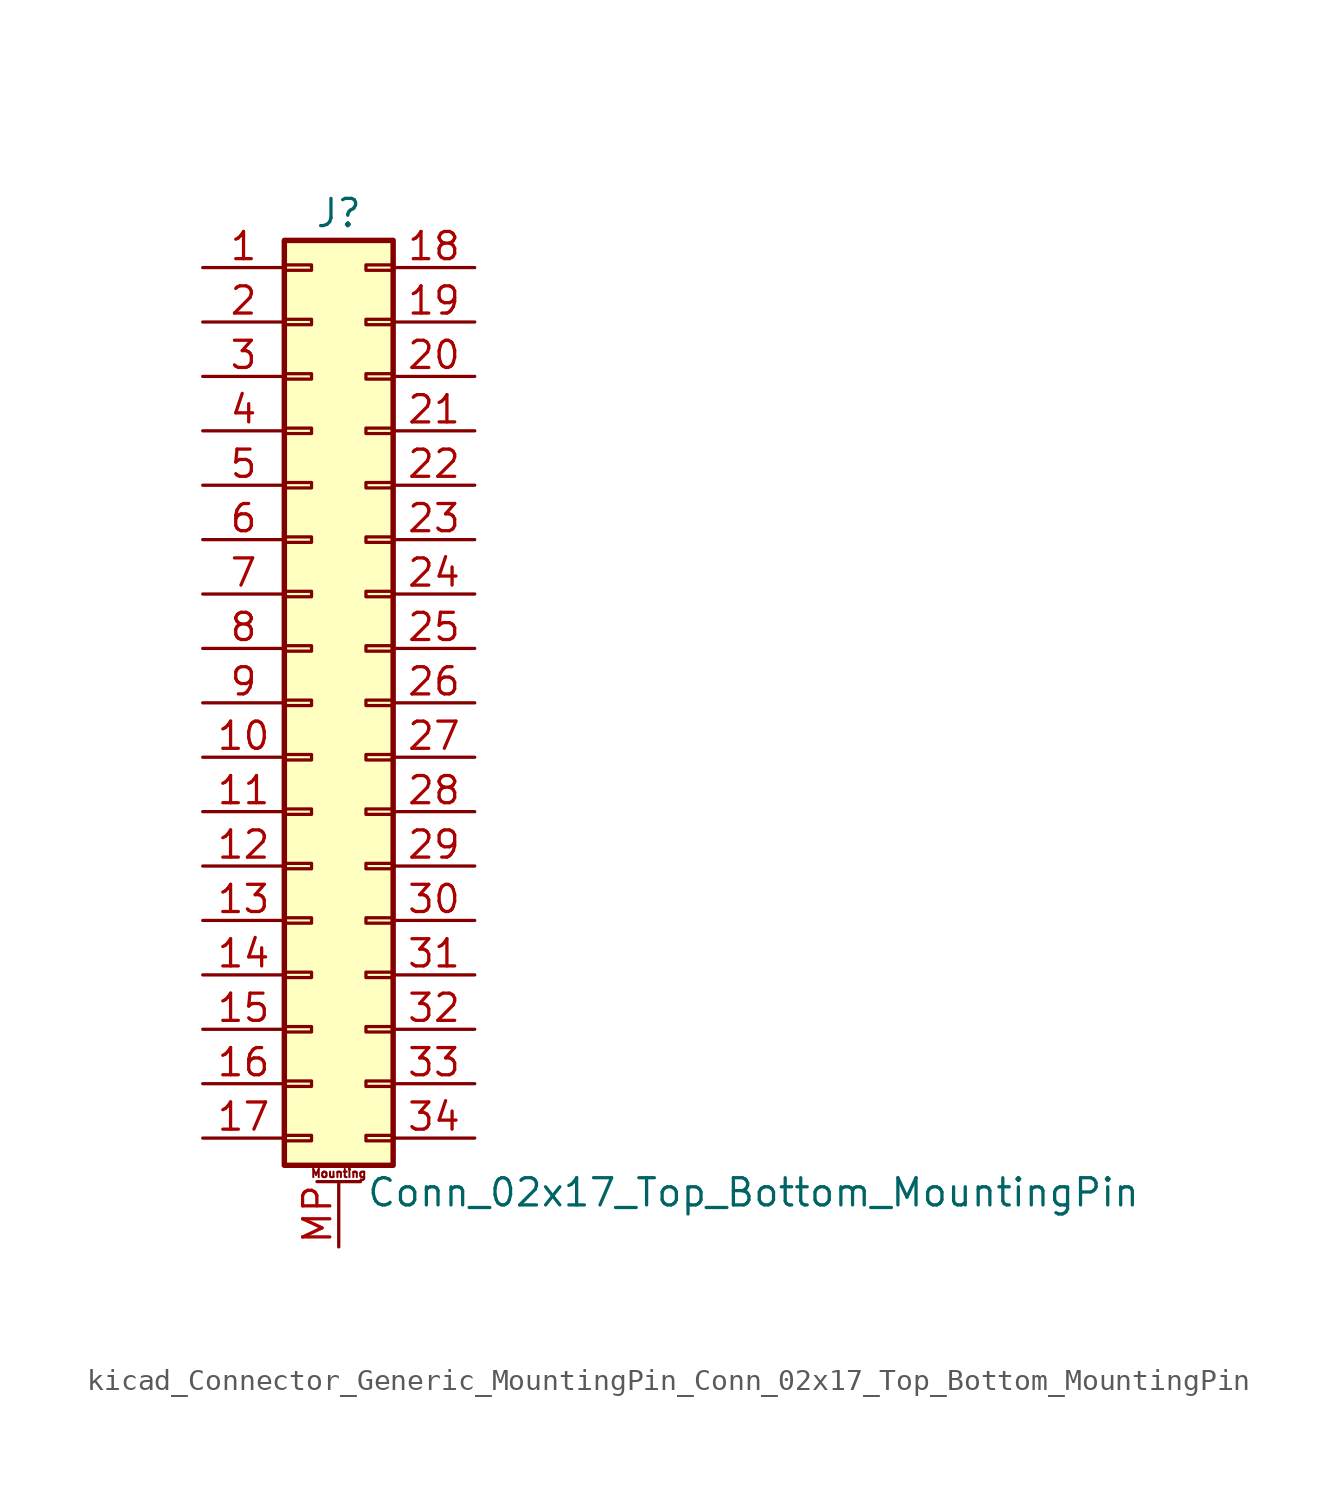
<source format=kicad_sym>
(kicad_symbol_lib
  (version 20220914)
  (generator kicad_symbol_editor)
  (symbol "kicad_Connector_Generic_MountingPin_Conn_02x17_Top_Bottom_MountingPin"
    (pin_names
      (offset 1.016) hide)
    (property "Reference" "J"
      (at 1.27 22.86 0)
      (effects (font (size 1.27 1.27))))
    (property "Value" "Conn_02x17_Top_Bottom_MountingPin"
      (at 2.54 -22.86 0)
      (effects (font (size 1.27 1.27)) (justify left)))
    (symbol "kicad_Connector_Generic_MountingPin_Conn_02x17_Top_Bottom_MountingPin_1_1"
      (rectangle (start -1.27 -20.193) (end 0 -20.447) (stroke (width 0.152) (type default)) (fill (type none)))
      (rectangle (start -1.27 -17.653) (end 0 -17.907) (stroke (width 0.152) (type default)) (fill (type none)))
      (rectangle (start -1.27 -15.113) (end 0 -15.367) (stroke (width 0.152) (type default)) (fill (type none)))
      (rectangle (start -1.27 -12.573) (end 0 -12.827) (stroke (width 0.152) (type default)) (fill (type none)))
      (rectangle (start -1.27 -10.033) (end 0 -10.287) (stroke (width 0.152) (type default)) (fill (type none)))
      (rectangle (start -1.27 -7.493) (end 0 -7.747) (stroke (width 0.152) (type default)) (fill (type none)))
      (rectangle (start -1.27 -4.953) (end 0 -5.207) (stroke (width 0.152) (type default)) (fill (type none)))
      (rectangle (start -1.27 -2.413) (end 0 -2.667) (stroke (width 0.152) (type default)) (fill (type none)))
      (rectangle (start -1.27 0.127) (end 0 -0.127) (stroke (width 0.152) (type default)) (fill (type none)))
      (rectangle (start -1.27 2.667) (end 0 2.413) (stroke (width 0.152) (type default)) (fill (type none)))
      (rectangle (start -1.27 5.207) (end 0 4.953) (stroke (width 0.152) (type default)) (fill (type none)))
      (rectangle (start -1.27 7.747) (end 0 7.493) (stroke (width 0.152) (type default)) (fill (type none)))
      (rectangle (start -1.27 10.287) (end 0 10.033) (stroke (width 0.152) (type default)) (fill (type none)))
      (rectangle (start -1.27 12.827) (end 0 12.573) (stroke (width 0.152) (type default)) (fill (type none)))
      (rectangle (start -1.27 15.367) (end 0 15.113) (stroke (width 0.152) (type default)) (fill (type none)))
      (rectangle (start -1.27 17.907) (end 0 17.653) (stroke (width 0.152) (type default)) (fill (type none)))
      (rectangle (start -1.27 20.447) (end 0 20.193) (stroke (width 0.152) (type default)) (fill (type none)))
      (rectangle (start -1.27 21.59) (end 3.81 -21.59) (stroke (width 0.254) (type default)) (fill (type background)))
      (polyline (pts (xy 0.254 -22.352) (xy 2.286 -22.352)) (stroke (width 0.152) (type default)) (fill (type none)))
      (rectangle (start 3.81 -20.193) (end 2.54 -20.447) (stroke (width 0.152) (type default)) (fill (type none)))
      (rectangle (start 3.81 -17.653) (end 2.54 -17.907) (stroke (width 0.152) (type default)) (fill (type none)))
      (rectangle (start 3.81 -15.113) (end 2.54 -15.367) (stroke (width 0.152) (type default)) (fill (type none)))
      (rectangle (start 3.81 -12.573) (end 2.54 -12.827) (stroke (width 0.152) (type default)) (fill (type none)))
      (rectangle (start 3.81 -10.033) (end 2.54 -10.287) (stroke (width 0.152) (type default)) (fill (type none)))
      (rectangle (start 3.81 -7.493) (end 2.54 -7.747) (stroke (width 0.152) (type default)) (fill (type none)))
      (rectangle (start 3.81 -4.953) (end 2.54 -5.207) (stroke (width 0.152) (type default)) (fill (type none)))
      (rectangle (start 3.81 -2.413) (end 2.54 -2.667) (stroke (width 0.152) (type default)) (fill (type none)))
      (rectangle (start 3.81 0.127) (end 2.54 -0.127) (stroke (width 0.152) (type default)) (fill (type none)))
      (rectangle (start 3.81 2.667) (end 2.54 2.413) (stroke (width 0.152) (type default)) (fill (type none)))
      (rectangle (start 3.81 5.207) (end 2.54 4.953) (stroke (width 0.152) (type default)) (fill (type none)))
      (rectangle (start 3.81 7.747) (end 2.54 7.493) (stroke (width 0.152) (type default)) (fill (type none)))
      (rectangle (start 3.81 10.287) (end 2.54 10.033) (stroke (width 0.152) (type default)) (fill (type none)))
      (rectangle (start 3.81 12.827) (end 2.54 12.573) (stroke (width 0.152) (type default)) (fill (type none)))
      (rectangle (start 3.81 15.367) (end 2.54 15.113) (stroke (width 0.152) (type default)) (fill (type none)))
      (rectangle (start 3.81 17.907) (end 2.54 17.653) (stroke (width 0.152) (type default)) (fill (type none)))
      (rectangle (start 3.81 20.447) (end 2.54 20.193) (stroke (width 0.152) (type default)) (fill (type none)))
      (text "Mounting" (at 1.27 -21.971 0) (effects (font (size 0.381 0.381))))
      (pin passive line (at -5.08 20.32 0) (length 3.81) (name "Pin_1" (effects (font (size 1.27 1.27)))) (number "1" (effects (font (size 1.27 1.27)))))
      (pin passive line (at -5.08 -2.54 0) (length 3.81) (name "Pin_10" (effects (font (size 1.27 1.27)))) (number "10" (effects (font (size 1.27 1.27)))))
      (pin passive line (at -5.08 -5.08 0) (length 3.81) (name "Pin_11" (effects (font (size 1.27 1.27)))) (number "11" (effects (font (size 1.27 1.27)))))
      (pin passive line (at -5.08 -7.62 0) (length 3.81) (name "Pin_12" (effects (font (size 1.27 1.27)))) (number "12" (effects (font (size 1.27 1.27)))))
      (pin passive line (at -5.08 -10.16 0) (length 3.81) (name "Pin_13" (effects (font (size 1.27 1.27)))) (number "13" (effects (font (size 1.27 1.27)))))
      (pin passive line (at -5.08 -12.7 0) (length 3.81) (name "Pin_14" (effects (font (size 1.27 1.27)))) (number "14" (effects (font (size 1.27 1.27)))))
      (pin passive line (at -5.08 -15.24 0) (length 3.81) (name "Pin_15" (effects (font (size 1.27 1.27)))) (number "15" (effects (font (size 1.27 1.27)))))
      (pin passive line (at -5.08 -17.78 0) (length 3.81) (name "Pin_16" (effects (font (size 1.27 1.27)))) (number "16" (effects (font (size 1.27 1.27)))))
      (pin passive line (at -5.08 -20.32 0) (length 3.81) (name "Pin_17" (effects (font (size 1.27 1.27)))) (number "17" (effects (font (size 1.27 1.27)))))
      (pin passive line (at 7.62 20.32 180) (length 3.81) (name "Pin_18" (effects (font (size 1.27 1.27)))) (number "18" (effects (font (size 1.27 1.27)))))
      (pin passive line (at 7.62 17.78 180) (length 3.81) (name "Pin_19" (effects (font (size 1.27 1.27)))) (number "19" (effects (font (size 1.27 1.27)))))
      (pin passive line (at -5.08 17.78 0) (length 3.81) (name "Pin_2" (effects (font (size 1.27 1.27)))) (number "2" (effects (font (size 1.27 1.27)))))
      (pin passive line (at 7.62 15.24 180) (length 3.81) (name "Pin_20" (effects (font (size 1.27 1.27)))) (number "20" (effects (font (size 1.27 1.27)))))
      (pin passive line (at 7.62 12.7 180) (length 3.81) (name "Pin_21" (effects (font (size 1.27 1.27)))) (number "21" (effects (font (size 1.27 1.27)))))
      (pin passive line (at 7.62 10.16 180) (length 3.81) (name "Pin_22" (effects (font (size 1.27 1.27)))) (number "22" (effects (font (size 1.27 1.27)))))
      (pin passive line (at 7.62 7.62 180) (length 3.81) (name "Pin_23" (effects (font (size 1.27 1.27)))) (number "23" (effects (font (size 1.27 1.27)))))
      (pin passive line (at 7.62 5.08 180) (length 3.81) (name "Pin_24" (effects (font (size 1.27 1.27)))) (number "24" (effects (font (size 1.27 1.27)))))
      (pin passive line (at 7.62 2.54 180) (length 3.81) (name "Pin_25" (effects (font (size 1.27 1.27)))) (number "25" (effects (font (size 1.27 1.27)))))
      (pin passive line (at 7.62 0 180) (length 3.81) (name "Pin_26" (effects (font (size 1.27 1.27)))) (number "26" (effects (font (size 1.27 1.27)))))
      (pin passive line (at 7.62 -2.54 180) (length 3.81) (name "Pin_27" (effects (font (size 1.27 1.27)))) (number "27" (effects (font (size 1.27 1.27)))))
      (pin passive line (at 7.62 -5.08 180) (length 3.81) (name "Pin_28" (effects (font (size 1.27 1.27)))) (number "28" (effects (font (size 1.27 1.27)))))
      (pin passive line (at 7.62 -7.62 180) (length 3.81) (name "Pin_29" (effects (font (size 1.27 1.27)))) (number "29" (effects (font (size 1.27 1.27)))))
      (pin passive line (at -5.08 15.24 0) (length 3.81) (name "Pin_3" (effects (font (size 1.27 1.27)))) (number "3" (effects (font (size 1.27 1.27)))))
      (pin passive line (at 7.62 -10.16 180) (length 3.81) (name "Pin_30" (effects (font (size 1.27 1.27)))) (number "30" (effects (font (size 1.27 1.27)))))
      (pin passive line (at 7.62 -12.7 180) (length 3.81) (name "Pin_31" (effects (font (size 1.27 1.27)))) (number "31" (effects (font (size 1.27 1.27)))))
      (pin passive line (at 7.62 -15.24 180) (length 3.81) (name "Pin_32" (effects (font (size 1.27 1.27)))) (number "32" (effects (font (size 1.27 1.27)))))
      (pin passive line (at 7.62 -17.78 180) (length 3.81) (name "Pin_33" (effects (font (size 1.27 1.27)))) (number "33" (effects (font (size 1.27 1.27)))))
      (pin passive line (at 7.62 -20.32 180) (length 3.81) (name "Pin_34" (effects (font (size 1.27 1.27)))) (number "34" (effects (font (size 1.27 1.27)))))
      (pin passive line (at -5.08 12.7 0) (length 3.81) (name "Pin_4" (effects (font (size 1.27 1.27)))) (number "4" (effects (font (size 1.27 1.27)))))
      (pin passive line (at -5.08 10.16 0) (length 3.81) (name "Pin_5" (effects (font (size 1.27 1.27)))) (number "5" (effects (font (size 1.27 1.27)))))
      (pin passive line (at -5.08 7.62 0) (length 3.81) (name "Pin_6" (effects (font (size 1.27 1.27)))) (number "6" (effects (font (size 1.27 1.27)))))
      (pin passive line (at -5.08 5.08 0) (length 3.81) (name "Pin_7" (effects (font (size 1.27 1.27)))) (number "7" (effects (font (size 1.27 1.27)))))
      (pin passive line (at -5.08 2.54 0) (length 3.81) (name "Pin_8" (effects (font (size 1.27 1.27)))) (number "8" (effects (font (size 1.27 1.27)))))
      (pin passive line (at -5.08 0 0) (length 3.81) (name "Pin_9" (effects (font (size 1.27 1.27)))) (number "9" (effects (font (size 1.27 1.27)))))
      (pin passive line (at 1.27 -25.4 90) (length 3.048) (name "MountPin" (effects (font (size 1.27 1.27)))) (number "MP" (effects (font (size 1.27 1.27))))))))
</source>
